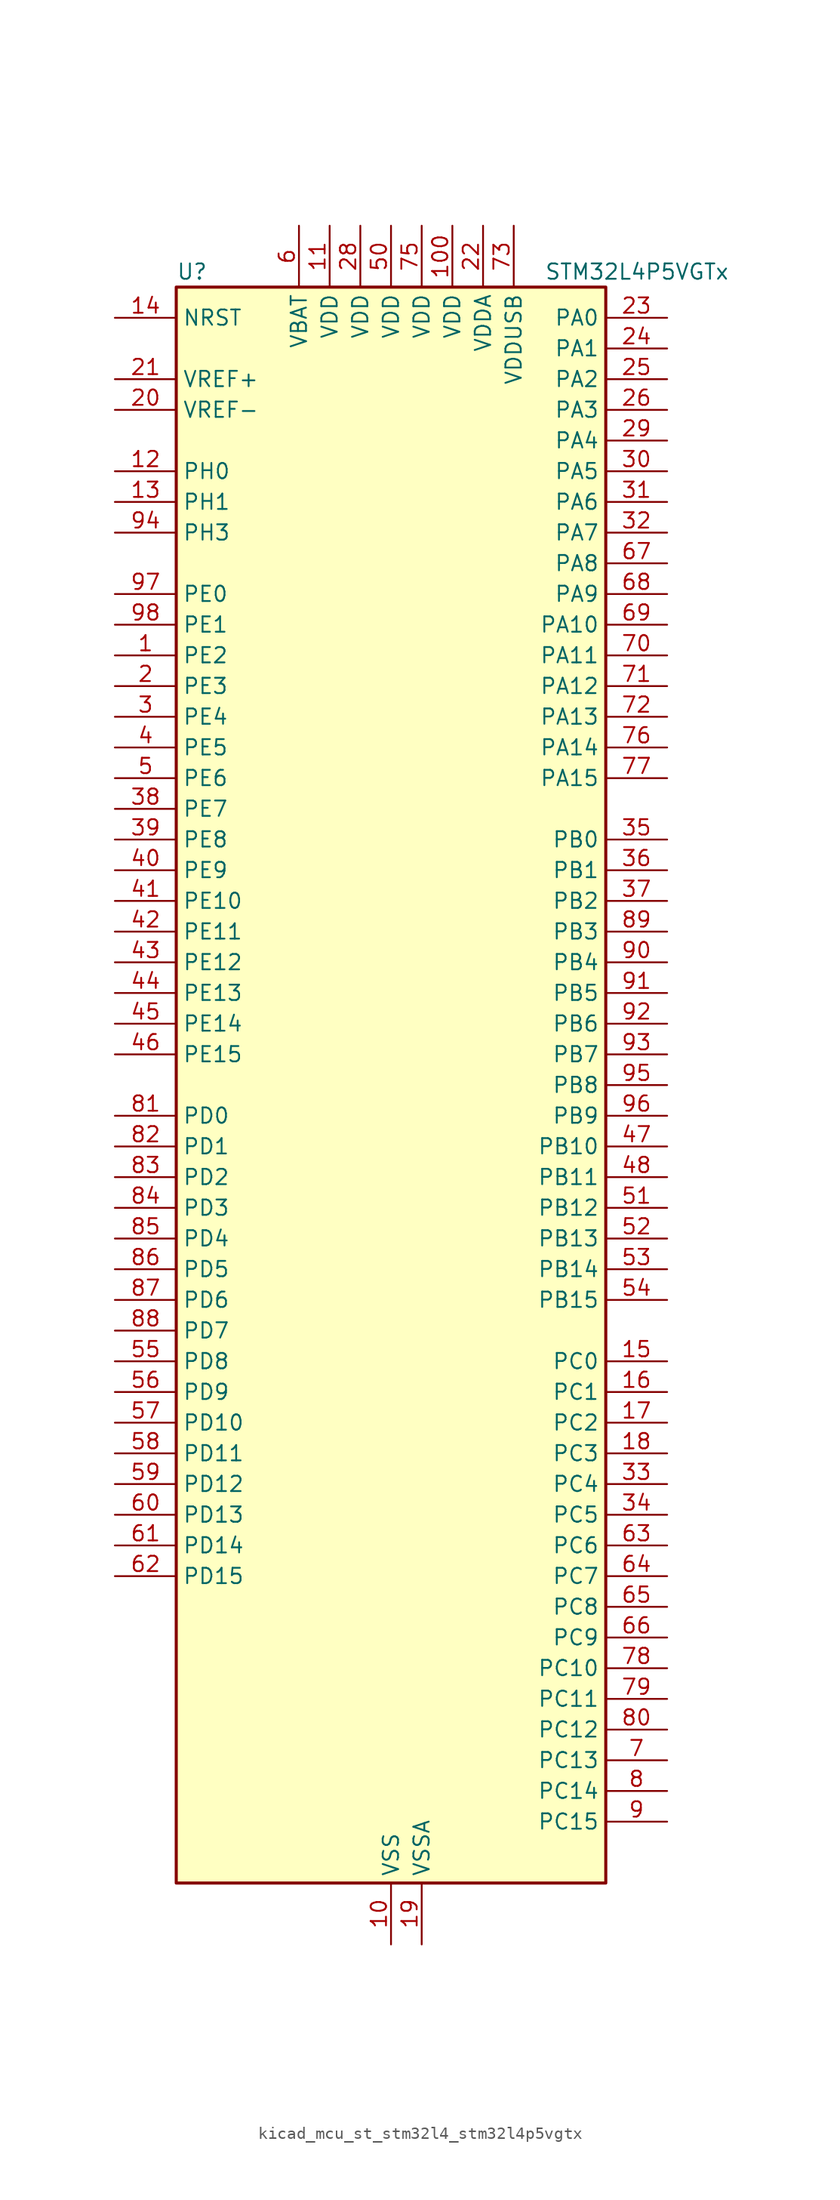
<source format=kicad_sym>
(kicad_symbol_lib
  (version 20220914)
  (generator kicad_symbol_editor)
  (symbol "kicad_mcu_st_stm32l4_stm32l4p5vgtx"
    (property "Reference" "U"
      (at -17.78 67.31 0)
      (effects (font (size 1.27 1.27)) (justify left)))
    (property "Value" "STM32L4P5VGTx"
      (at 12.7 67.31 0)
      (effects (font (size 1.27 1.27)) (justify left)))
    (property "ki_locked" ""
      (at 0 0 0)
      (effects (font (size 1.27 1.27))))
    (symbol "kicad_mcu_st_stm32l4_stm32l4p5vgtx_0_1"
      (rectangle (start -17.78 -66.04) (end 17.78 66.04) (stroke (width 0.254) (type default)) (fill (type background))))
    (symbol "kicad_mcu_st_stm32l4_stm32l4p5vgtx_1_1"
      (pin bidirectional line (at -22.86 35.56 0) (length 5.08) (name "PE2" (effects (font (size 1.27 1.27)))) (number "1" (effects (font (size 1.27 1.27)))) (alternate "FMC_A23" bidirectional line) (alternate "LTDC_R7" bidirectional line) (alternate "SAI1_CK1" bidirectional line) (alternate "SAI1_MCLK_A" bidirectional line) (alternate "SYS_TRACECLK" bidirectional line) (alternate "TIM3_ETR" bidirectional line) (alternate "TSC_G7_IO1" bidirectional line))
      (pin power_in line (at 0 -71.12 90) (length 5.08) (name "VSS" (effects (font (size 1.27 1.27)))) (number "10" (effects (font (size 1.27 1.27)))))
      (pin power_in line (at 5.08 71.12 270) (length 5.08) (name "VDD" (effects (font (size 1.27 1.27)))) (number "100" (effects (font (size 1.27 1.27)))))
      (pin power_in line (at -5.08 71.12 270) (length 5.08) (name "VDD" (effects (font (size 1.27 1.27)))) (number "11" (effects (font (size 1.27 1.27)))))
      (pin bidirectional line (at -22.86 50.8 0) (length 5.08) (name "PH0" (effects (font (size 1.27 1.27)))) (number "12" (effects (font (size 1.27 1.27)))) (alternate "RCC_OSC_IN" bidirectional line))
      (pin bidirectional line (at -22.86 48.26 0) (length 5.08) (name "PH1" (effects (font (size 1.27 1.27)))) (number "13" (effects (font (size 1.27 1.27)))) (alternate "RCC_OSC_OUT" bidirectional line))
      (pin input line (at -22.86 63.5 0) (length 5.08) (name "NRST" (effects (font (size 1.27 1.27)))) (number "14" (effects (font (size 1.27 1.27)))))
      (pin bidirectional line (at 22.86 -22.86 180) (length 5.08) (name "PC0" (effects (font (size 1.27 1.27)))) (number "15" (effects (font (size 1.27 1.27)))) (alternate "ADC1_IN1" bidirectional line) (alternate "ADC2_IN1" bidirectional line) (alternate "I2C3_SCL" bidirectional line) (alternate "LPTIM1_IN1" bidirectional line) (alternate "LPTIM2_IN1" bidirectional line) (alternate "LPUART1_RX" bidirectional line) (alternate "LTDC_DE" bidirectional line) (alternate "SAI2_FS_A" bidirectional line) (alternate "SDMMC1_CMD" bidirectional line) (alternate "SDMMC2_CKIN" bidirectional line))
      (pin bidirectional line (at 22.86 -25.4 180) (length 5.08) (name "PC1" (effects (font (size 1.27 1.27)))) (number "16" (effects (font (size 1.27 1.27)))) (alternate "ADC1_IN2" bidirectional line) (alternate "ADC2_IN2" bidirectional line) (alternate "I2C3_SDA" bidirectional line) (alternate "LPTIM1_OUT" bidirectional line) (alternate "LPUART1_TX" bidirectional line) (alternate "OCTOSPIM_P1_IO4" bidirectional line) (alternate "SAI1_SD_A" bidirectional line) (alternate "SPI2_MOSI" bidirectional line) (alternate "SYS_TRACED0" bidirectional line))
      (pin bidirectional line (at 22.86 -27.94 180) (length 5.08) (name "PC2" (effects (font (size 1.27 1.27)))) (number "17" (effects (font (size 1.27 1.27)))) (alternate "ADC1_IN3" bidirectional line) (alternate "ADC2_IN3" bidirectional line) (alternate "DFSDM1_CKOUT" bidirectional line) (alternate "LPTIM1_IN2" bidirectional line) (alternate "LTDC_HSYNC" bidirectional line) (alternate "OCTOSPIM_P1_IO5" bidirectional line) (alternate "SPI2_MISO" bidirectional line))
      (pin bidirectional line (at 22.86 -30.48 180) (length 5.08) (name "PC3" (effects (font (size 1.27 1.27)))) (number "18" (effects (font (size 1.27 1.27)))) (alternate "ADC1_IN4" bidirectional line) (alternate "ADC2_IN4" bidirectional line) (alternate "LPTIM1_ETR" bidirectional line) (alternate "LPTIM2_ETR" bidirectional line) (alternate "OCTOSPIM_P1_IO6" bidirectional line) (alternate "SAI1_D1" bidirectional line) (alternate "SAI1_SD_A" bidirectional line) (alternate "SPI2_MOSI" bidirectional line))
      (pin power_in line (at 2.54 -71.12 90) (length 5.08) (name "VSSA" (effects (font (size 1.27 1.27)))) (number "19" (effects (font (size 1.27 1.27)))))
      (pin bidirectional line (at -22.86 33.02 0) (length 5.08) (name "PE3" (effects (font (size 1.27 1.27)))) (number "2" (effects (font (size 1.27 1.27)))) (alternate "FMC_A19" bidirectional line) (alternate "LTDC_R6" bidirectional line) (alternate "OCTOSPIM_P1_DQS" bidirectional line) (alternate "SAI1_SD_B" bidirectional line) (alternate "SYS_TRACED0" bidirectional line) (alternate "TIM3_CH1" bidirectional line) (alternate "TSC_G7_IO2" bidirectional line))
      (pin input line (at -22.86 55.88 0) (length 5.08) (name "VREF-" (effects (font (size 1.27 1.27)))) (number "20" (effects (font (size 1.27 1.27)))))
      (pin input line (at -22.86 58.42 0) (length 5.08) (name "VREF+" (effects (font (size 1.27 1.27)))) (number "21" (effects (font (size 1.27 1.27)))) (alternate "VREFBUF_OUT" bidirectional line))
      (pin power_in line (at 7.62 71.12 270) (length 5.08) (name "VDDA" (effects (font (size 1.27 1.27)))) (number "22" (effects (font (size 1.27 1.27)))))
      (pin bidirectional line (at 22.86 63.5 180) (length 5.08) (name "PA0" (effects (font (size 1.27 1.27)))) (number "23" (effects (font (size 1.27 1.27)))) (alternate "ADC1_IN5" bidirectional line) (alternate "ADC2_IN5" bidirectional line) (alternate "OPAMP1_VINP" bidirectional line) (alternate "RTC_TAMP2" bidirectional line) (alternate "SAI1_EXTCLK" bidirectional line) (alternate "SYS_WKUP1" bidirectional line) (alternate "TIM2_CH1" bidirectional line) (alternate "TIM2_ETR" bidirectional line) (alternate "TIM5_CH1" bidirectional line) (alternate "TIM8_ETR" bidirectional line) (alternate "UART4_TX" bidirectional line) (alternate "USART2_CTS" bidirectional line) (alternate "USART2_NSS" bidirectional line))
      (pin bidirectional line (at 22.86 60.96 180) (length 5.08) (name "PA1" (effects (font (size 1.27 1.27)))) (number "24" (effects (font (size 1.27 1.27)))) (alternate "ADC1_IN6" bidirectional line) (alternate "ADC2_IN6" bidirectional line) (alternate "I2C1_SMBA" bidirectional line) (alternate "OCTOSPIM_P1_DQS" bidirectional line) (alternate "OPAMP1_VINM" bidirectional line) (alternate "SDMMC2_CMD" bidirectional line) (alternate "SPI1_SCK" bidirectional line) (alternate "TIM15_CH1N" bidirectional line) (alternate "TIM2_CH2" bidirectional line) (alternate "TIM5_CH2" bidirectional line) (alternate "UART4_RX" bidirectional line) (alternate "USART2_DE" bidirectional line) (alternate "USART2_RTS" bidirectional line))
      (pin bidirectional line (at 22.86 58.42 180) (length 5.08) (name "PA2" (effects (font (size 1.27 1.27)))) (number "25" (effects (font (size 1.27 1.27)))) (alternate "ADC1_IN7" bidirectional line) (alternate "ADC2_IN7" bidirectional line) (alternate "LPUART1_TX" bidirectional line) (alternate "OCTOSPIM_P1_NCS" bidirectional line) (alternate "RCC_LSCO" bidirectional line) (alternate "SAI2_EXTCLK" bidirectional line) (alternate "SYS_WKUP4" bidirectional line) (alternate "TIM15_CH1" bidirectional line) (alternate "TIM2_CH3" bidirectional line) (alternate "TIM5_CH3" bidirectional line) (alternate "USART2_TX" bidirectional line))
      (pin bidirectional line (at 22.86 55.88 180) (length 5.08) (name "PA3" (effects (font (size 1.27 1.27)))) (number "26" (effects (font (size 1.27 1.27)))) (alternate "ADC1_IN8" bidirectional line) (alternate "ADC2_IN8" bidirectional line) (alternate "LPUART1_RX" bidirectional line) (alternate "OCTOSPIM_P1_CLK" bidirectional line) (alternate "OPAMP1_VOUT" bidirectional line) (alternate "SAI1_CK1" bidirectional line) (alternate "SAI1_MCLK_A" bidirectional line) (alternate "TIM15_CH2" bidirectional line) (alternate "TIM2_CH4" bidirectional line) (alternate "TIM5_CH4" bidirectional line) (alternate "USART2_RX" bidirectional line))
      (pin passive line (at 0 -71.12 90) (length 5.08) hide (name "VSS" (effects (font (size 1.27 1.27)))) (number "27" (effects (font (size 1.27 1.27)))))
      (pin power_in line (at -2.54 71.12 270) (length 5.08) (name "VDD" (effects (font (size 1.27 1.27)))) (number "28" (effects (font (size 1.27 1.27)))))
      (pin bidirectional line (at 22.86 53.34 180) (length 5.08) (name "PA4" (effects (font (size 1.27 1.27)))) (number "29" (effects (font (size 1.27 1.27)))) (alternate "ADC1_IN9" bidirectional line) (alternate "ADC2_IN9" bidirectional line) (alternate "DAC1_OUT1" bidirectional line) (alternate "DCMI_HSYNC" bidirectional line) (alternate "LPTIM2_OUT" bidirectional line) (alternate "LTDC_CLK" bidirectional line) (alternate "OCTOSPIM_P1_NCS" bidirectional line) (alternate "PSSI_DE" bidirectional line) (alternate "SAI1_FS_B" bidirectional line) (alternate "SPI1_NSS" bidirectional line) (alternate "SPI3_NSS" bidirectional line) (alternate "USART2_CK" bidirectional line))
      (pin bidirectional line (at -22.86 30.48 0) (length 5.08) (name "PE4" (effects (font (size 1.27 1.27)))) (number "3" (effects (font (size 1.27 1.27)))) (alternate "DCMI_D4" bidirectional line) (alternate "DFSDM1_DATIN3" bidirectional line) (alternate "FMC_A20" bidirectional line) (alternate "LTDC_B7" bidirectional line) (alternate "PSSI_D4" bidirectional line) (alternate "SAI1_D2" bidirectional line) (alternate "SAI1_FS_A" bidirectional line) (alternate "SYS_TRACED1" bidirectional line) (alternate "TIM3_CH2" bidirectional line) (alternate "TSC_G7_IO3" bidirectional line))
      (pin bidirectional line (at 22.86 50.8 180) (length 5.08) (name "PA5" (effects (font (size 1.27 1.27)))) (number "30" (effects (font (size 1.27 1.27)))) (alternate "ADC1_IN10" bidirectional line) (alternate "ADC2_IN10" bidirectional line) (alternate "DAC1_OUT2" bidirectional line) (alternate "LPTIM2_ETR" bidirectional line) (alternate "LTDC_R7" bidirectional line) (alternate "PSSI_D14" bidirectional line) (alternate "SPI1_SCK" bidirectional line) (alternate "TIM2_CH1" bidirectional line) (alternate "TIM2_ETR" bidirectional line) (alternate "TIM8_CH1N" bidirectional line))
      (pin bidirectional line (at 22.86 48.26 180) (length 5.08) (name "PA6" (effects (font (size 1.27 1.27)))) (number "31" (effects (font (size 1.27 1.27)))) (alternate "ADC1_IN11" bidirectional line) (alternate "ADC2_IN11" bidirectional line) (alternate "DCMI_PIXCLK" bidirectional line) (alternate "LPUART1_CTS" bidirectional line) (alternate "OCTOSPIM_P1_IO3" bidirectional line) (alternate "OPAMP2_VINP" bidirectional line) (alternate "PSSI_PDCK" bidirectional line) (alternate "SPI1_MISO" bidirectional line) (alternate "TIM16_CH1" bidirectional line) (alternate "TIM1_BKIN" bidirectional line) (alternate "TIM3_CH1" bidirectional line) (alternate "TIM8_BKIN" bidirectional line) (alternate "USART3_CTS" bidirectional line) (alternate "USART3_NSS" bidirectional line))
      (pin bidirectional line (at 22.86 45.72 180) (length 5.08) (name "PA7" (effects (font (size 1.27 1.27)))) (number "32" (effects (font (size 1.27 1.27)))) (alternate "ADC1_IN12" bidirectional line) (alternate "ADC2_IN12" bidirectional line) (alternate "I2C3_SCL" bidirectional line) (alternate "OCTOSPIM_P1_IO2" bidirectional line) (alternate "OPAMP2_VINM" bidirectional line) (alternate "SPI1_MOSI" bidirectional line) (alternate "TIM17_CH1" bidirectional line) (alternate "TIM1_CH1N" bidirectional line) (alternate "TIM3_CH2" bidirectional line) (alternate "TIM8_CH1N" bidirectional line))
      (pin bidirectional line (at 22.86 -33.02 180) (length 5.08) (name "PC4" (effects (font (size 1.27 1.27)))) (number "33" (effects (font (size 1.27 1.27)))) (alternate "ADC1_IN13" bidirectional line) (alternate "ADC2_IN13" bidirectional line) (alternate "COMP1_INM" bidirectional line) (alternate "OCTOSPIM_P1_IO7" bidirectional line) (alternate "OCTOSPIM_P2_NCS" bidirectional line) (alternate "USART3_TX" bidirectional line))
      (pin bidirectional line (at 22.86 -35.56 180) (length 5.08) (name "PC5" (effects (font (size 1.27 1.27)))) (number "34" (effects (font (size 1.27 1.27)))) (alternate "ADC1_IN14" bidirectional line) (alternate "ADC2_IN14" bidirectional line) (alternate "COMP1_INP" bidirectional line) (alternate "LTDC_CLK" bidirectional line) (alternate "PSSI_D15" bidirectional line) (alternate "SAI1_D3" bidirectional line) (alternate "SYS_WKUP5" bidirectional line) (alternate "USART3_RX" bidirectional line))
      (pin bidirectional line (at 22.86 20.32 180) (length 5.08) (name "PB0" (effects (font (size 1.27 1.27)))) (number "35" (effects (font (size 1.27 1.27)))) (alternate "ADC1_IN15" bidirectional line) (alternate "ADC2_IN15" bidirectional line) (alternate "COMP1_OUT" bidirectional line) (alternate "LTDC_B6" bidirectional line) (alternate "OCTOSPIM_P1_IO1" bidirectional line) (alternate "OPAMP2_VOUT" bidirectional line) (alternate "SAI1_EXTCLK" bidirectional line) (alternate "SPI1_NSS" bidirectional line) (alternate "TIM1_CH2N" bidirectional line) (alternate "TIM3_CH3" bidirectional line) (alternate "TIM8_CH2N" bidirectional line) (alternate "USART3_CK" bidirectional line))
      (pin bidirectional line (at 22.86 17.78 180) (length 5.08) (name "PB1" (effects (font (size 1.27 1.27)))) (number "36" (effects (font (size 1.27 1.27)))) (alternate "ADC1_IN16" bidirectional line) (alternate "ADC2_IN16" bidirectional line) (alternate "COMP1_INM" bidirectional line) (alternate "DFSDM1_DATIN0" bidirectional line) (alternate "LPTIM2_IN1" bidirectional line) (alternate "LPUART1_DE" bidirectional line) (alternate "LPUART1_RTS" bidirectional line) (alternate "LTDC_G6" bidirectional line) (alternate "OCTOSPIM_P1_IO0" bidirectional line) (alternate "TIM1_CH3N" bidirectional line) (alternate "TIM3_CH4" bidirectional line) (alternate "TIM8_CH3N" bidirectional line) (alternate "USART3_DE" bidirectional line) (alternate "USART3_RTS" bidirectional line))
      (pin bidirectional line (at 22.86 15.24 180) (length 5.08) (name "PB2" (effects (font (size 1.27 1.27)))) (number "37" (effects (font (size 1.27 1.27)))) (alternate "COMP1_INP" bidirectional line) (alternate "DFSDM1_CKIN0" bidirectional line) (alternate "I2C3_SMBA" bidirectional line) (alternate "LPTIM1_OUT" bidirectional line) (alternate "OCTOSPIM_P1_DQS" bidirectional line) (alternate "RTC_OUT2" bidirectional line))
      (pin bidirectional line (at -22.86 22.86 0) (length 5.08) (name "PE7" (effects (font (size 1.27 1.27)))) (number "38" (effects (font (size 1.27 1.27)))) (alternate "DFSDM1_DATIN2" bidirectional line) (alternate "FMC_D4" bidirectional line) (alternate "FMC_DA4" bidirectional line) (alternate "LTDC_B6" bidirectional line) (alternate "SAI1_SD_B" bidirectional line) (alternate "TIM1_ETR" bidirectional line))
      (pin bidirectional line (at -22.86 20.32 0) (length 5.08) (name "PE8" (effects (font (size 1.27 1.27)))) (number "39" (effects (font (size 1.27 1.27)))) (alternate "DFSDM1_CKIN2" bidirectional line) (alternate "FMC_D5" bidirectional line) (alternate "FMC_DA5" bidirectional line) (alternate "LTDC_B7" bidirectional line) (alternate "SAI1_SCK_B" bidirectional line) (alternate "TIM1_CH1N" bidirectional line))
      (pin bidirectional line (at -22.86 27.94 0) (length 5.08) (name "PE5" (effects (font (size 1.27 1.27)))) (number "4" (effects (font (size 1.27 1.27)))) (alternate "DCMI_D6" bidirectional line) (alternate "DFSDM1_CKIN3" bidirectional line) (alternate "FMC_A21" bidirectional line) (alternate "LTDC_G7" bidirectional line) (alternate "PSSI_D6" bidirectional line) (alternate "SAI1_CK2" bidirectional line) (alternate "SAI1_SCK_A" bidirectional line) (alternate "SYS_TRACED2" bidirectional line) (alternate "TIM3_CH3" bidirectional line) (alternate "TSC_G7_IO4" bidirectional line))
      (pin bidirectional line (at -22.86 17.78 0) (length 5.08) (name "PE9" (effects (font (size 1.27 1.27)))) (number "40" (effects (font (size 1.27 1.27)))) (alternate "DAC1_EXTI9" bidirectional line) (alternate "DFSDM1_CKOUT" bidirectional line) (alternate "FMC_D6" bidirectional line) (alternate "FMC_DA6" bidirectional line) (alternate "LTDC_G2" bidirectional line) (alternate "OCTOSPIM_P1_NCLK" bidirectional line) (alternate "SAI1_FS_B" bidirectional line) (alternate "TIM1_CH1" bidirectional line))
      (pin bidirectional line (at -22.86 15.24 0) (length 5.08) (name "PE10" (effects (font (size 1.27 1.27)))) (number "41" (effects (font (size 1.27 1.27)))) (alternate "FMC_D7" bidirectional line) (alternate "FMC_DA7" bidirectional line) (alternate "LTDC_G3" bidirectional line) (alternate "OCTOSPIM_P1_CLK" bidirectional line) (alternate "SAI1_MCLK_B" bidirectional line) (alternate "TIM1_CH2N" bidirectional line) (alternate "TSC_G5_IO1" bidirectional line))
      (pin bidirectional line (at -22.86 12.7 0) (length 5.08) (name "PE11" (effects (font (size 1.27 1.27)))) (number "42" (effects (font (size 1.27 1.27)))) (alternate "ADC1_EXTI11" bidirectional line) (alternate "ADC2_EXTI11" bidirectional line) (alternate "FMC_D8" bidirectional line) (alternate "FMC_DA8" bidirectional line) (alternate "LTDC_G4" bidirectional line) (alternate "OCTOSPIM_P1_NCS" bidirectional line) (alternate "TIM1_CH2" bidirectional line) (alternate "TSC_G5_IO2" bidirectional line))
      (pin bidirectional line (at -22.86 10.16 0) (length 5.08) (name "PE12" (effects (font (size 1.27 1.27)))) (number "43" (effects (font (size 1.27 1.27)))) (alternate "FMC_D9" bidirectional line) (alternate "FMC_DA9" bidirectional line) (alternate "LTDC_G5" bidirectional line) (alternate "OCTOSPIM_P1_IO0" bidirectional line) (alternate "SPI1_NSS" bidirectional line) (alternate "TIM1_CH3N" bidirectional line) (alternate "TSC_G5_IO3" bidirectional line))
      (pin bidirectional line (at -22.86 7.62 0) (length 5.08) (name "PE13" (effects (font (size 1.27 1.27)))) (number "44" (effects (font (size 1.27 1.27)))) (alternate "FMC_D10" bidirectional line) (alternate "FMC_DA10" bidirectional line) (alternate "LTDC_G6" bidirectional line) (alternate "OCTOSPIM_P1_IO1" bidirectional line) (alternate "SPI1_SCK" bidirectional line) (alternate "TIM1_CH3" bidirectional line) (alternate "TSC_G5_IO4" bidirectional line))
      (pin bidirectional line (at -22.86 5.08 0) (length 5.08) (name "PE14" (effects (font (size 1.27 1.27)))) (number "45" (effects (font (size 1.27 1.27)))) (alternate "FMC_D11" bidirectional line) (alternate "FMC_DA11" bidirectional line) (alternate "LTDC_G7" bidirectional line) (alternate "OCTOSPIM_P1_IO2" bidirectional line) (alternate "SPI1_MISO" bidirectional line) (alternate "TIM1_BKIN2" bidirectional line) (alternate "TIM1_CH4" bidirectional line))
      (pin bidirectional line (at -22.86 2.54 0) (length 5.08) (name "PE15" (effects (font (size 1.27 1.27)))) (number "46" (effects (font (size 1.27 1.27)))) (alternate "ADC1_EXTI15" bidirectional line) (alternate "ADC2_EXTI15" bidirectional line) (alternate "FMC_D12" bidirectional line) (alternate "FMC_DA12" bidirectional line) (alternate "LTDC_R2" bidirectional line) (alternate "OCTOSPIM_P1_IO3" bidirectional line) (alternate "SPI1_MOSI" bidirectional line) (alternate "TIM1_BKIN" bidirectional line))
      (pin bidirectional line (at 22.86 -5.08 180) (length 5.08) (name "PB10" (effects (font (size 1.27 1.27)))) (number "47" (effects (font (size 1.27 1.27)))) (alternate "COMP1_OUT" bidirectional line) (alternate "I2C2_SCL" bidirectional line) (alternate "I2C4_SCL" bidirectional line) (alternate "LPUART1_RX" bidirectional line) (alternate "OCTOSPIM_P1_CLK" bidirectional line) (alternate "OCTOSPIM_P1_IO3" bidirectional line) (alternate "SAI1_SCK_A" bidirectional line) (alternate "SPI2_SCK" bidirectional line) (alternate "TIM2_CH3" bidirectional line) (alternate "TSC_SYNC" bidirectional line) (alternate "USART3_TX" bidirectional line))
      (pin bidirectional line (at 22.86 -7.62 180) (length 5.08) (name "PB11" (effects (font (size 1.27 1.27)))) (number "48" (effects (font (size 1.27 1.27)))) (alternate "ADC1_EXTI11" bidirectional line) (alternate "ADC2_EXTI11" bidirectional line) (alternate "COMP2_OUT" bidirectional line) (alternate "I2C2_SDA" bidirectional line) (alternate "I2C4_SDA" bidirectional line) (alternate "LPUART1_TX" bidirectional line) (alternate "LTDC_VSYNC" bidirectional line) (alternate "OCTOSPIM_P1_NCS" bidirectional line) (alternate "TIM2_CH4" bidirectional line) (alternate "USART3_RX" bidirectional line))
      (pin passive line (at 0 -71.12 90) (length 5.08) hide (name "VSS" (effects (font (size 1.27 1.27)))) (number "49" (effects (font (size 1.27 1.27)))))
      (pin bidirectional line (at -22.86 25.4 0) (length 5.08) (name "PE6" (effects (font (size 1.27 1.27)))) (number "5" (effects (font (size 1.27 1.27)))) (alternate "DCMI_D7" bidirectional line) (alternate "FMC_A22" bidirectional line) (alternate "LTDC_G6" bidirectional line) (alternate "PSSI_D7" bidirectional line) (alternate "RTC_TAMP3" bidirectional line) (alternate "SAI1_D1" bidirectional line) (alternate "SAI1_SD_A" bidirectional line) (alternate "SYS_TRACED3" bidirectional line) (alternate "SYS_WKUP3" bidirectional line) (alternate "TIM3_CH4" bidirectional line))
      (pin power_in line (at 0 71.12 270) (length 5.08) (name "VDD" (effects (font (size 1.27 1.27)))) (number "50" (effects (font (size 1.27 1.27)))))
      (pin bidirectional line (at 22.86 -10.16 180) (length 5.08) (name "PB12" (effects (font (size 1.27 1.27)))) (number "51" (effects (font (size 1.27 1.27)))) (alternate "DFSDM1_DATIN1" bidirectional line) (alternate "I2C2_SMBA" bidirectional line) (alternate "LPUART1_DE" bidirectional line) (alternate "LPUART1_RTS" bidirectional line) (alternate "OCTOSPIM_P1_NCLK" bidirectional line) (alternate "SAI2_FS_A" bidirectional line) (alternate "SDMMC2_CK" bidirectional line) (alternate "SPI2_NSS" bidirectional line) (alternate "TIM15_BKIN" bidirectional line) (alternate "TIM1_BKIN" bidirectional line) (alternate "TSC_G1_IO1" bidirectional line) (alternate "USART3_CK" bidirectional line))
      (pin bidirectional line (at 22.86 -12.7 180) (length 5.08) (name "PB13" (effects (font (size 1.27 1.27)))) (number "52" (effects (font (size 1.27 1.27)))) (alternate "DFSDM1_CKIN1" bidirectional line) (alternate "I2C2_SCL" bidirectional line) (alternate "LPUART1_CTS" bidirectional line) (alternate "OCTOSPIM_P1_IO1" bidirectional line) (alternate "SAI2_SCK_A" bidirectional line) (alternate "SPI2_SCK" bidirectional line) (alternate "TIM15_CH1N" bidirectional line) (alternate "TIM1_CH1N" bidirectional line) (alternate "TSC_G1_IO2" bidirectional line) (alternate "USART3_CTS" bidirectional line) (alternate "USART3_NSS" bidirectional line))
      (pin bidirectional line (at 22.86 -15.24 180) (length 5.08) (name "PB14" (effects (font (size 1.27 1.27)))) (number "53" (effects (font (size 1.27 1.27)))) (alternate "DFSDM1_DATIN2" bidirectional line) (alternate "I2C2_SDA" bidirectional line) (alternate "OCTOSPIM_P1_IO6" bidirectional line) (alternate "SAI2_MCLK_A" bidirectional line) (alternate "SDMMC2_D0" bidirectional line) (alternate "SPI2_MISO" bidirectional line) (alternate "TIM15_CH1" bidirectional line) (alternate "TIM1_CH2N" bidirectional line) (alternate "TIM8_CH2N" bidirectional line) (alternate "TSC_G1_IO3" bidirectional line) (alternate "USART3_DE" bidirectional line) (alternate "USART3_RTS" bidirectional line))
      (pin bidirectional line (at 22.86 -17.78 180) (length 5.08) (name "PB15" (effects (font (size 1.27 1.27)))) (number "54" (effects (font (size 1.27 1.27)))) (alternate "ADC1_EXTI15" bidirectional line) (alternate "ADC2_EXTI15" bidirectional line) (alternate "DFSDM1_CKIN2" bidirectional line) (alternate "OCTOSPIM_P1_IO7" bidirectional line) (alternate "RTC_REFIN" bidirectional line) (alternate "SAI2_SD_A" bidirectional line) (alternate "SDMMC2_D1" bidirectional line) (alternate "SPI2_MOSI" bidirectional line) (alternate "TIM15_CH2" bidirectional line) (alternate "TIM1_CH3N" bidirectional line) (alternate "TIM8_CH3N" bidirectional line) (alternate "TSC_G1_IO4" bidirectional line))
      (pin bidirectional line (at -22.86 -22.86 0) (length 5.08) (name "PD8" (effects (font (size 1.27 1.27)))) (number "55" (effects (font (size 1.27 1.27)))) (alternate "DCMI_HSYNC" bidirectional line) (alternate "FMC_D13" bidirectional line) (alternate "FMC_DA13" bidirectional line) (alternate "LTDC_R3" bidirectional line) (alternate "PSSI_DE" bidirectional line) (alternate "USART3_TX" bidirectional line))
      (pin bidirectional line (at -22.86 -25.4 0) (length 5.08) (name "PD9" (effects (font (size 1.27 1.27)))) (number "56" (effects (font (size 1.27 1.27)))) (alternate "DAC1_EXTI9" bidirectional line) (alternate "DCMI_PIXCLK" bidirectional line) (alternate "FMC_D14" bidirectional line) (alternate "FMC_DA14" bidirectional line) (alternate "LTDC_R4" bidirectional line) (alternate "PSSI_PDCK" bidirectional line) (alternate "SAI2_MCLK_A" bidirectional line) (alternate "USART3_RX" bidirectional line))
      (pin bidirectional line (at -22.86 -27.94 0) (length 5.08) (name "PD10" (effects (font (size 1.27 1.27)))) (number "57" (effects (font (size 1.27 1.27)))) (alternate "FMC_D15" bidirectional line) (alternate "FMC_DA15" bidirectional line) (alternate "LTDC_R5" bidirectional line) (alternate "SAI2_SCK_A" bidirectional line) (alternate "TSC_G6_IO1" bidirectional line) (alternate "USART3_CK" bidirectional line))
      (pin bidirectional line (at -22.86 -30.48 0) (length 5.08) (name "PD11" (effects (font (size 1.27 1.27)))) (number "58" (effects (font (size 1.27 1.27)))) (alternate "ADC1_EXTI11" bidirectional line) (alternate "ADC2_EXTI11" bidirectional line) (alternate "FMC_A16" bidirectional line) (alternate "FMC_CLE" bidirectional line) (alternate "I2C4_SMBA" bidirectional line) (alternate "LPTIM2_ETR" bidirectional line) (alternate "LTDC_R6" bidirectional line) (alternate "SAI2_SD_A" bidirectional line) (alternate "TSC_G6_IO2" bidirectional line) (alternate "USART3_CTS" bidirectional line) (alternate "USART3_NSS" bidirectional line))
      (pin bidirectional line (at -22.86 -33.02 0) (length 5.08) (name "PD12" (effects (font (size 1.27 1.27)))) (number "59" (effects (font (size 1.27 1.27)))) (alternate "FMC_A17" bidirectional line) (alternate "FMC_ALE" bidirectional line) (alternate "I2C4_SCL" bidirectional line) (alternate "LPTIM2_IN1" bidirectional line) (alternate "LTDC_R7" bidirectional line) (alternate "SAI2_FS_A" bidirectional line) (alternate "TIM4_CH1" bidirectional line) (alternate "TSC_G6_IO3" bidirectional line) (alternate "USART3_DE" bidirectional line) (alternate "USART3_RTS" bidirectional line))
      (pin power_in line (at -7.62 71.12 270) (length 5.08) (name "VBAT" (effects (font (size 1.27 1.27)))) (number "6" (effects (font (size 1.27 1.27)))))
      (pin bidirectional line (at -22.86 -35.56 0) (length 5.08) (name "PD13" (effects (font (size 1.27 1.27)))) (number "60" (effects (font (size 1.27 1.27)))) (alternate "FMC_A18" bidirectional line) (alternate "I2C4_SDA" bidirectional line) (alternate "LPTIM2_OUT" bidirectional line) (alternate "TIM4_CH2" bidirectional line) (alternate "TSC_G6_IO4" bidirectional line))
      (pin bidirectional line (at -22.86 -38.1 0) (length 5.08) (name "PD14" (effects (font (size 1.27 1.27)))) (number "61" (effects (font (size 1.27 1.27)))) (alternate "FMC_D0" bidirectional line) (alternate "FMC_DA0" bidirectional line) (alternate "LTDC_B2" bidirectional line) (alternate "TIM4_CH3" bidirectional line))
      (pin bidirectional line (at -22.86 -40.64 0) (length 5.08) (name "PD15" (effects (font (size 1.27 1.27)))) (number "62" (effects (font (size 1.27 1.27)))) (alternate "ADC1_EXTI15" bidirectional line) (alternate "ADC2_EXTI15" bidirectional line) (alternate "FMC_D1" bidirectional line) (alternate "FMC_DA1" bidirectional line) (alternate "LTDC_B3" bidirectional line) (alternate "TIM4_CH4" bidirectional line))
      (pin bidirectional line (at 22.86 -38.1 180) (length 5.08) (name "PC6" (effects (font (size 1.27 1.27)))) (number "63" (effects (font (size 1.27 1.27)))) (alternate "DCMI_D0" bidirectional line) (alternate "DFSDM1_CKIN3" bidirectional line) (alternate "LTDC_G7" bidirectional line) (alternate "PSSI_D0" bidirectional line) (alternate "SAI2_MCLK_A" bidirectional line) (alternate "SDMMC1_D0DIR" bidirectional line) (alternate "SDMMC1_D6" bidirectional line) (alternate "SDMMC2_D6" bidirectional line) (alternate "TIM3_CH1" bidirectional line) (alternate "TIM8_CH1" bidirectional line) (alternate "TSC_G4_IO1" bidirectional line))
      (pin bidirectional line (at 22.86 -40.64 180) (length 5.08) (name "PC7" (effects (font (size 1.27 1.27)))) (number "64" (effects (font (size 1.27 1.27)))) (alternate "DCMI_D1" bidirectional line) (alternate "DFSDM1_DATIN3" bidirectional line) (alternate "LTDC_B6" bidirectional line) (alternate "PSSI_D1" bidirectional line) (alternate "SAI2_MCLK_B" bidirectional line) (alternate "SDMMC1_D123DIR" bidirectional line) (alternate "SDMMC1_D7" bidirectional line) (alternate "SDMMC2_D7" bidirectional line) (alternate "TIM3_CH2" bidirectional line) (alternate "TIM8_CH2" bidirectional line) (alternate "TSC_G4_IO2" bidirectional line))
      (pin bidirectional line (at 22.86 -43.18 180) (length 5.08) (name "PC8" (effects (font (size 1.27 1.27)))) (number "65" (effects (font (size 1.27 1.27)))) (alternate "DCMI_D2" bidirectional line) (alternate "PSSI_D2" bidirectional line) (alternate "SDMMC1_D0" bidirectional line) (alternate "TIM3_CH3" bidirectional line) (alternate "TIM8_CH3" bidirectional line) (alternate "TSC_G4_IO3" bidirectional line))
      (pin bidirectional line (at 22.86 -45.72 180) (length 5.08) (name "PC9" (effects (font (size 1.27 1.27)))) (number "66" (effects (font (size 1.27 1.27)))) (alternate "DAC1_EXTI9" bidirectional line) (alternate "DCMI_D3" bidirectional line) (alternate "I2C3_SDA" bidirectional line) (alternate "PSSI_D3" bidirectional line) (alternate "SAI2_EXTCLK" bidirectional line) (alternate "SDMMC1_D1" bidirectional line) (alternate "SYS_TRACED0" bidirectional line) (alternate "TIM3_CH4" bidirectional line) (alternate "TIM8_BKIN2" bidirectional line) (alternate "TIM8_CH4" bidirectional line) (alternate "TSC_G4_IO4" bidirectional line) (alternate "USB_OTG_FS_NOE" bidirectional line))
      (pin bidirectional line (at 22.86 43.18 180) (length 5.08) (name "PA8" (effects (font (size 1.27 1.27)))) (number "67" (effects (font (size 1.27 1.27)))) (alternate "LPTIM2_OUT" bidirectional line) (alternate "LTDC_B7" bidirectional line) (alternate "RCC_MCO" bidirectional line) (alternate "SAI1_CK2" bidirectional line) (alternate "SAI1_SCK_A" bidirectional line) (alternate "TIM1_CH1" bidirectional line) (alternate "USART1_CK" bidirectional line) (alternate "USB_OTG_FS_SOF" bidirectional line))
      (pin bidirectional line (at 22.86 40.64 180) (length 5.08) (name "PA9" (effects (font (size 1.27 1.27)))) (number "68" (effects (font (size 1.27 1.27)))) (alternate "DAC1_EXTI9" bidirectional line) (alternate "DCMI_D0" bidirectional line) (alternate "LTDC_G7" bidirectional line) (alternate "PSSI_D0" bidirectional line) (alternate "SAI1_FS_A" bidirectional line) (alternate "SPI2_SCK" bidirectional line) (alternate "TIM15_BKIN" bidirectional line) (alternate "TIM1_CH2" bidirectional line) (alternate "USART1_TX" bidirectional line) (alternate "USB_OTG_FS_VBUS" bidirectional line))
      (pin bidirectional line (at 22.86 38.1 180) (length 5.08) (name "PA10" (effects (font (size 1.27 1.27)))) (number "69" (effects (font (size 1.27 1.27)))) (alternate "DCMI_D1" bidirectional line) (alternate "LTDC_G6" bidirectional line) (alternate "PSSI_D1" bidirectional line) (alternate "SAI1_D1" bidirectional line) (alternate "SAI1_SD_A" bidirectional line) (alternate "TIM17_BKIN" bidirectional line) (alternate "TIM1_CH3" bidirectional line) (alternate "USART1_RX" bidirectional line) (alternate "USB_OTG_FS_ID" bidirectional line))
      (pin bidirectional line (at 22.86 -55.88 180) (length 5.08) (name "PC13" (effects (font (size 1.27 1.27)))) (number "7" (effects (font (size 1.27 1.27)))) (alternate "RTC_OUT1" bidirectional line) (alternate "RTC_TAMP1" bidirectional line) (alternate "RTC_TS" bidirectional line) (alternate "SYS_WKUP2" bidirectional line))
      (pin bidirectional line (at 22.86 35.56 180) (length 5.08) (name "PA11" (effects (font (size 1.27 1.27)))) (number "70" (effects (font (size 1.27 1.27)))) (alternate "ADC1_EXTI11" bidirectional line) (alternate "ADC2_EXTI11" bidirectional line) (alternate "CAN1_RX" bidirectional line) (alternate "LTDC_DE" bidirectional line) (alternate "SPI1_MISO" bidirectional line) (alternate "TIM1_BKIN2" bidirectional line) (alternate "TIM1_CH4" bidirectional line) (alternate "USART1_CTS" bidirectional line) (alternate "USART1_NSS" bidirectional line) (alternate "USB_OTG_FS_DM" bidirectional line))
      (pin bidirectional line (at 22.86 33.02 180) (length 5.08) (name "PA12" (effects (font (size 1.27 1.27)))) (number "71" (effects (font (size 1.27 1.27)))) (alternate "CAN1_TX" bidirectional line) (alternate "LTDC_VSYNC" bidirectional line) (alternate "OCTOSPIM_P2_NCS" bidirectional line) (alternate "SPI1_MOSI" bidirectional line) (alternate "TIM1_ETR" bidirectional line) (alternate "USART1_DE" bidirectional line) (alternate "USART1_RTS" bidirectional line) (alternate "USB_OTG_FS_DP" bidirectional line))
      (pin bidirectional line (at 22.86 30.48 180) (length 5.08) (name "PA13" (effects (font (size 1.27 1.27)))) (number "72" (effects (font (size 1.27 1.27)))) (alternate "IR_OUT" bidirectional line) (alternate "SAI1_SD_B" bidirectional line) (alternate "SYS_JTMS-SWDIO" bidirectional line) (alternate "USB_OTG_FS_NOE" bidirectional line))
      (pin power_in line (at 10.16 71.12 270) (length 5.08) (name "VDDUSB" (effects (font (size 1.27 1.27)))) (number "73" (effects (font (size 1.27 1.27)))))
      (pin passive line (at 0 -71.12 90) (length 5.08) hide (name "VSS" (effects (font (size 1.27 1.27)))) (number "74" (effects (font (size 1.27 1.27)))))
      (pin power_in line (at 2.54 71.12 270) (length 5.08) (name "VDD" (effects (font (size 1.27 1.27)))) (number "75" (effects (font (size 1.27 1.27)))))
      (pin bidirectional line (at 22.86 27.94 180) (length 5.08) (name "PA14" (effects (font (size 1.27 1.27)))) (number "76" (effects (font (size 1.27 1.27)))) (alternate "I2C1_SMBA" bidirectional line) (alternate "I2C4_SMBA" bidirectional line) (alternate "LPTIM1_OUT" bidirectional line) (alternate "SAI1_FS_B" bidirectional line) (alternate "SYS_JTCK-SWCLK" bidirectional line) (alternate "USB_OTG_FS_SOF" bidirectional line))
      (pin bidirectional line (at 22.86 25.4 180) (length 5.08) (name "PA15" (effects (font (size 1.27 1.27)))) (number "77" (effects (font (size 1.27 1.27)))) (alternate "ADC1_EXTI15" bidirectional line) (alternate "ADC2_EXTI15" bidirectional line) (alternate "LTDC_HSYNC" bidirectional line) (alternate "SAI2_FS_B" bidirectional line) (alternate "SPI1_NSS" bidirectional line) (alternate "SPI3_NSS" bidirectional line) (alternate "SYS_JTDI" bidirectional line) (alternate "TIM2_CH1" bidirectional line) (alternate "TIM2_ETR" bidirectional line) (alternate "TSC_G3_IO1" bidirectional line) (alternate "UART4_DE" bidirectional line) (alternate "UART4_RTS" bidirectional line) (alternate "USART2_RX" bidirectional line) (alternate "USART3_DE" bidirectional line) (alternate "USART3_RTS" bidirectional line))
      (pin bidirectional line (at 22.86 -48.26 180) (length 5.08) (name "PC10" (effects (font (size 1.27 1.27)))) (number "78" (effects (font (size 1.27 1.27)))) (alternate "DCMI_D8" bidirectional line) (alternate "DCMI_VSYNC" bidirectional line) (alternate "PSSI_D8" bidirectional line) (alternate "PSSI_RDY" bidirectional line) (alternate "SAI2_SCK_B" bidirectional line) (alternate "SDMMC1_D2" bidirectional line) (alternate "SPI3_SCK" bidirectional line) (alternate "SYS_TRACED1" bidirectional line) (alternate "TSC_G3_IO2" bidirectional line) (alternate "UART4_TX" bidirectional line) (alternate "USART3_TX" bidirectional line))
      (pin bidirectional line (at 22.86 -50.8 180) (length 5.08) (name "PC11" (effects (font (size 1.27 1.27)))) (number "79" (effects (font (size 1.27 1.27)))) (alternate "ADC1_EXTI11" bidirectional line) (alternate "ADC2_EXTI11" bidirectional line) (alternate "DCMI_D2" bidirectional line) (alternate "DCMI_D4" bidirectional line) (alternate "OCTOSPIM_P1_NCS" bidirectional line) (alternate "PSSI_D2" bidirectional line) (alternate "PSSI_D4" bidirectional line) (alternate "SAI2_MCLK_B" bidirectional line) (alternate "SDMMC1_D3" bidirectional line) (alternate "SPI3_MISO" bidirectional line) (alternate "TSC_G3_IO3" bidirectional line) (alternate "UART4_RX" bidirectional line) (alternate "USART3_RX" bidirectional line))
      (pin bidirectional line (at 22.86 -58.42 180) (length 5.08) (name "PC14" (effects (font (size 1.27 1.27)))) (number "8" (effects (font (size 1.27 1.27)))) (alternate "RCC_OSC32_IN" bidirectional line))
      (pin bidirectional line (at 22.86 -53.34 180) (length 5.08) (name "PC12" (effects (font (size 1.27 1.27)))) (number "80" (effects (font (size 1.27 1.27)))) (alternate "DCMI_D9" bidirectional line) (alternate "LTDC_R6" bidirectional line) (alternate "PSSI_D9" bidirectional line) (alternate "SAI2_SD_B" bidirectional line) (alternate "SDMMC1_CK" bidirectional line) (alternate "SPI3_MOSI" bidirectional line) (alternate "SYS_TRACED3" bidirectional line) (alternate "TSC_G3_IO4" bidirectional line) (alternate "UART5_TX" bidirectional line) (alternate "USART3_CK" bidirectional line))
      (pin bidirectional line (at -22.86 -2.54 0) (length 5.08) (name "PD0" (effects (font (size 1.27 1.27)))) (number "81" (effects (font (size 1.27 1.27)))) (alternate "CAN1_RX" bidirectional line) (alternate "FMC_D2" bidirectional line) (alternate "FMC_DA2" bidirectional line) (alternate "LTDC_B4" bidirectional line) (alternate "SPI2_NSS" bidirectional line))
      (pin bidirectional line (at -22.86 -5.08 0) (length 5.08) (name "PD1" (effects (font (size 1.27 1.27)))) (number "82" (effects (font (size 1.27 1.27)))) (alternate "CAN1_TX" bidirectional line) (alternate "FMC_D3" bidirectional line) (alternate "FMC_DA3" bidirectional line) (alternate "LTDC_B5" bidirectional line) (alternate "SPI2_SCK" bidirectional line))
      (pin bidirectional line (at -22.86 -7.62 0) (length 5.08) (name "PD2" (effects (font (size 1.27 1.27)))) (number "83" (effects (font (size 1.27 1.27)))) (alternate "DCMI_D11" bidirectional line) (alternate "PSSI_D11" bidirectional line) (alternate "SDMMC1_CMD" bidirectional line) (alternate "SYS_TRACED2" bidirectional line) (alternate "TIM3_ETR" bidirectional line) (alternate "TSC_SYNC" bidirectional line) (alternate "UART5_RX" bidirectional line) (alternate "USART3_DE" bidirectional line) (alternate "USART3_RTS" bidirectional line))
      (pin bidirectional line (at -22.86 -10.16 0) (length 5.08) (name "PD3" (effects (font (size 1.27 1.27)))) (number "84" (effects (font (size 1.27 1.27)))) (alternate "DCMI_D5" bidirectional line) (alternate "DFSDM1_DATIN0" bidirectional line) (alternate "FMC_CLK" bidirectional line) (alternate "LTDC_CLK" bidirectional line) (alternate "OCTOSPIM_P2_NCS" bidirectional line) (alternate "PSSI_D5" bidirectional line) (alternate "SPI2_MISO" bidirectional line) (alternate "SPI2_SCK" bidirectional line) (alternate "USART2_CTS" bidirectional line) (alternate "USART2_NSS" bidirectional line))
      (pin bidirectional line (at -22.86 -12.7 0) (length 5.08) (name "PD4" (effects (font (size 1.27 1.27)))) (number "85" (effects (font (size 1.27 1.27)))) (alternate "DFSDM1_CKIN0" bidirectional line) (alternate "FMC_NOE" bidirectional line) (alternate "OCTOSPIM_P1_IO4" bidirectional line) (alternate "SDMMC2_CKIN" bidirectional line) (alternate "SPI2_MOSI" bidirectional line) (alternate "USART2_DE" bidirectional line) (alternate "USART2_RTS" bidirectional line))
      (pin bidirectional line (at -22.86 -15.24 0) (length 5.08) (name "PD5" (effects (font (size 1.27 1.27)))) (number "86" (effects (font (size 1.27 1.27)))) (alternate "FMC_NWE" bidirectional line) (alternate "OCTOSPIM_P1_IO5" bidirectional line) (alternate "USART2_TX" bidirectional line))
      (pin bidirectional line (at -22.86 -17.78 0) (length 5.08) (name "PD6" (effects (font (size 1.27 1.27)))) (number "87" (effects (font (size 1.27 1.27)))) (alternate "DCMI_D10" bidirectional line) (alternate "DFSDM1_DATIN1" bidirectional line) (alternate "FMC_NWAIT" bidirectional line) (alternate "LTDC_DE" bidirectional line) (alternate "OCTOSPIM_P1_IO6" bidirectional line) (alternate "PSSI_D10" bidirectional line) (alternate "SAI1_D1" bidirectional line) (alternate "SAI1_SD_A" bidirectional line) (alternate "SDMMC2_CK" bidirectional line) (alternate "SPI3_MOSI" bidirectional line) (alternate "USART2_RX" bidirectional line))
      (pin bidirectional line (at -22.86 -20.32 0) (length 5.08) (name "PD7" (effects (font (size 1.27 1.27)))) (number "88" (effects (font (size 1.27 1.27)))) (alternate "DFSDM1_CKIN1" bidirectional line) (alternate "FMC_NCE" bidirectional line) (alternate "FMC_NE1" bidirectional line) (alternate "OCTOSPIM_P1_IO7" bidirectional line) (alternate "SDMMC2_CMD" bidirectional line) (alternate "USART2_CK" bidirectional line))
      (pin bidirectional line (at 22.86 12.7 180) (length 5.08) (name "PB3" (effects (font (size 1.27 1.27)))) (number "89" (effects (font (size 1.27 1.27)))) (alternate "COMP2_INM" bidirectional line) (alternate "CRS_SYNC" bidirectional line) (alternate "OCTOSPIM_P1_IO4" bidirectional line) (alternate "SAI1_SCK_B" bidirectional line) (alternate "SDMMC2_D2" bidirectional line) (alternate "SPI1_SCK" bidirectional line) (alternate "SPI3_SCK" bidirectional line) (alternate "SYS_JTDO-SWO" bidirectional line) (alternate "TIM2_CH2" bidirectional line) (alternate "USART1_DE" bidirectional line) (alternate "USART1_RTS" bidirectional line))
      (pin bidirectional line (at 22.86 -60.96 180) (length 5.08) (name "PC15" (effects (font (size 1.27 1.27)))) (number "9" (effects (font (size 1.27 1.27)))) (alternate "ADC1_EXTI15" bidirectional line) (alternate "ADC2_EXTI15" bidirectional line) (alternate "RCC_OSC32_OUT" bidirectional line))
      (pin bidirectional line (at 22.86 10.16 180) (length 5.08) (name "PB4" (effects (font (size 1.27 1.27)))) (number "90" (effects (font (size 1.27 1.27)))) (alternate "COMP2_INP" bidirectional line) (alternate "DCMI_D12" bidirectional line) (alternate "I2C3_SDA" bidirectional line) (alternate "OCTOSPIM_P1_IO5" bidirectional line) (alternate "PSSI_D12" bidirectional line) (alternate "SAI1_MCLK_B" bidirectional line) (alternate "SDMMC2_D3" bidirectional line) (alternate "SPI1_MISO" bidirectional line) (alternate "SPI3_MISO" bidirectional line) (alternate "SYS_JTRST" bidirectional line) (alternate "TIM17_BKIN" bidirectional line) (alternate "TIM3_CH1" bidirectional line) (alternate "TSC_G2_IO1" bidirectional line) (alternate "UART5_DE" bidirectional line) (alternate "UART5_RTS" bidirectional line) (alternate "USART1_CTS" bidirectional line) (alternate "USART1_NSS" bidirectional line))
      (pin bidirectional line (at 22.86 7.62 180) (length 5.08) (name "PB5" (effects (font (size 1.27 1.27)))) (number "91" (effects (font (size 1.27 1.27)))) (alternate "COMP2_OUT" bidirectional line) (alternate "DCMI_D10" bidirectional line) (alternate "I2C1_SMBA" bidirectional line) (alternate "LPTIM1_IN1" bidirectional line) (alternate "OCTOSPIM_P1_IO0" bidirectional line) (alternate "PSSI_D10" bidirectional line) (alternate "SAI1_SD_B" bidirectional line) (alternate "SPI1_MOSI" bidirectional line) (alternate "SPI3_MOSI" bidirectional line) (alternate "TIM16_BKIN" bidirectional line) (alternate "TIM3_CH2" bidirectional line) (alternate "TSC_G2_IO2" bidirectional line) (alternate "UART5_CTS" bidirectional line) (alternate "USART1_CK" bidirectional line))
      (pin bidirectional line (at 22.86 5.08 180) (length 5.08) (name "PB6" (effects (font (size 1.27 1.27)))) (number "92" (effects (font (size 1.27 1.27)))) (alternate "COMP2_INP" bidirectional line) (alternate "DCMI_D5" bidirectional line) (alternate "I2C1_SCL" bidirectional line) (alternate "I2C4_SCL" bidirectional line) (alternate "LPTIM1_ETR" bidirectional line) (alternate "LTDC_R6" bidirectional line) (alternate "PSSI_D5" bidirectional line) (alternate "SAI1_FS_B" bidirectional line) (alternate "TIM16_CH1N" bidirectional line) (alternate "TIM4_CH1" bidirectional line) (alternate "TIM8_BKIN2" bidirectional line) (alternate "TSC_G2_IO3" bidirectional line) (alternate "USART1_TX" bidirectional line))
      (pin bidirectional line (at 22.86 2.54 180) (length 5.08) (name "PB7" (effects (font (size 1.27 1.27)))) (number "93" (effects (font (size 1.27 1.27)))) (alternate "COMP2_INM" bidirectional line) (alternate "DCMI_VSYNC" bidirectional line) (alternate "FMC_NL" bidirectional line) (alternate "I2C1_SDA" bidirectional line) (alternate "I2C4_SDA" bidirectional line) (alternate "LPTIM1_IN2" bidirectional line) (alternate "LTDC_VSYNC" bidirectional line) (alternate "PSSI_RDY" bidirectional line) (alternate "SYS_PVD_IN" bidirectional line) (alternate "TIM17_CH1N" bidirectional line) (alternate "TIM4_CH2" bidirectional line) (alternate "TIM8_BKIN" bidirectional line) (alternate "TSC_G2_IO4" bidirectional line) (alternate "UART4_CTS" bidirectional line) (alternate "USART1_RX" bidirectional line))
      (pin bidirectional line (at -22.86 45.72 0) (length 5.08) (name "PH3" (effects (font (size 1.27 1.27)))) (number "94" (effects (font (size 1.27 1.27)))))
      (pin bidirectional line (at 22.86 0 180) (length 5.08) (name "PB8" (effects (font (size 1.27 1.27)))) (number "95" (effects (font (size 1.27 1.27)))) (alternate "CAN1_RX" bidirectional line) (alternate "DCMI_D6" bidirectional line) (alternate "DFSDM1_CKOUT" bidirectional line) (alternate "I2C1_SCL" bidirectional line) (alternate "LTDC_DE" bidirectional line) (alternate "PSSI_D6" bidirectional line) (alternate "SAI1_CK1" bidirectional line) (alternate "SAI1_MCLK_A" bidirectional line) (alternate "SDMMC1_CKIN" bidirectional line) (alternate "SDMMC1_D4" bidirectional line) (alternate "SDMMC2_D4" bidirectional line) (alternate "TIM16_CH1" bidirectional line) (alternate "TIM4_CH3" bidirectional line))
      (pin bidirectional line (at 22.86 -2.54 180) (length 5.08) (name "PB9" (effects (font (size 1.27 1.27)))) (number "96" (effects (font (size 1.27 1.27)))) (alternate "CAN1_TX" bidirectional line) (alternate "DAC1_EXTI9" bidirectional line) (alternate "DCMI_D7" bidirectional line) (alternate "I2C1_SDA" bidirectional line) (alternate "IR_OUT" bidirectional line) (alternate "PSSI_D7" bidirectional line) (alternate "SAI1_D2" bidirectional line) (alternate "SAI1_FS_A" bidirectional line) (alternate "SDMMC1_CDIR" bidirectional line) (alternate "SDMMC1_D5" bidirectional line) (alternate "SDMMC2_D5" bidirectional line) (alternate "SPI2_NSS" bidirectional line) (alternate "TIM17_CH1" bidirectional line) (alternate "TIM4_CH4" bidirectional line))
      (pin bidirectional line (at -22.86 40.64 0) (length 5.08) (name "PE0" (effects (font (size 1.27 1.27)))) (number "97" (effects (font (size 1.27 1.27)))) (alternate "DCMI_D2" bidirectional line) (alternate "FMC_NBL0" bidirectional line) (alternate "LTDC_HSYNC" bidirectional line) (alternate "PSSI_D2" bidirectional line) (alternate "TIM16_CH1" bidirectional line) (alternate "TIM4_ETR" bidirectional line))
      (pin bidirectional line (at -22.86 38.1 0) (length 5.08) (name "PE1" (effects (font (size 1.27 1.27)))) (number "98" (effects (font (size 1.27 1.27)))) (alternate "DCMI_D3" bidirectional line) (alternate "FMC_NBL1" bidirectional line) (alternate "LTDC_VSYNC" bidirectional line) (alternate "PSSI_D3" bidirectional line) (alternate "TIM17_CH1" bidirectional line))
      (pin passive line (at 0 -71.12 90) (length 5.08) hide (name "VSS" (effects (font (size 1.27 1.27)))) (number "99" (effects (font (size 1.27 1.27))))))))
</source>
